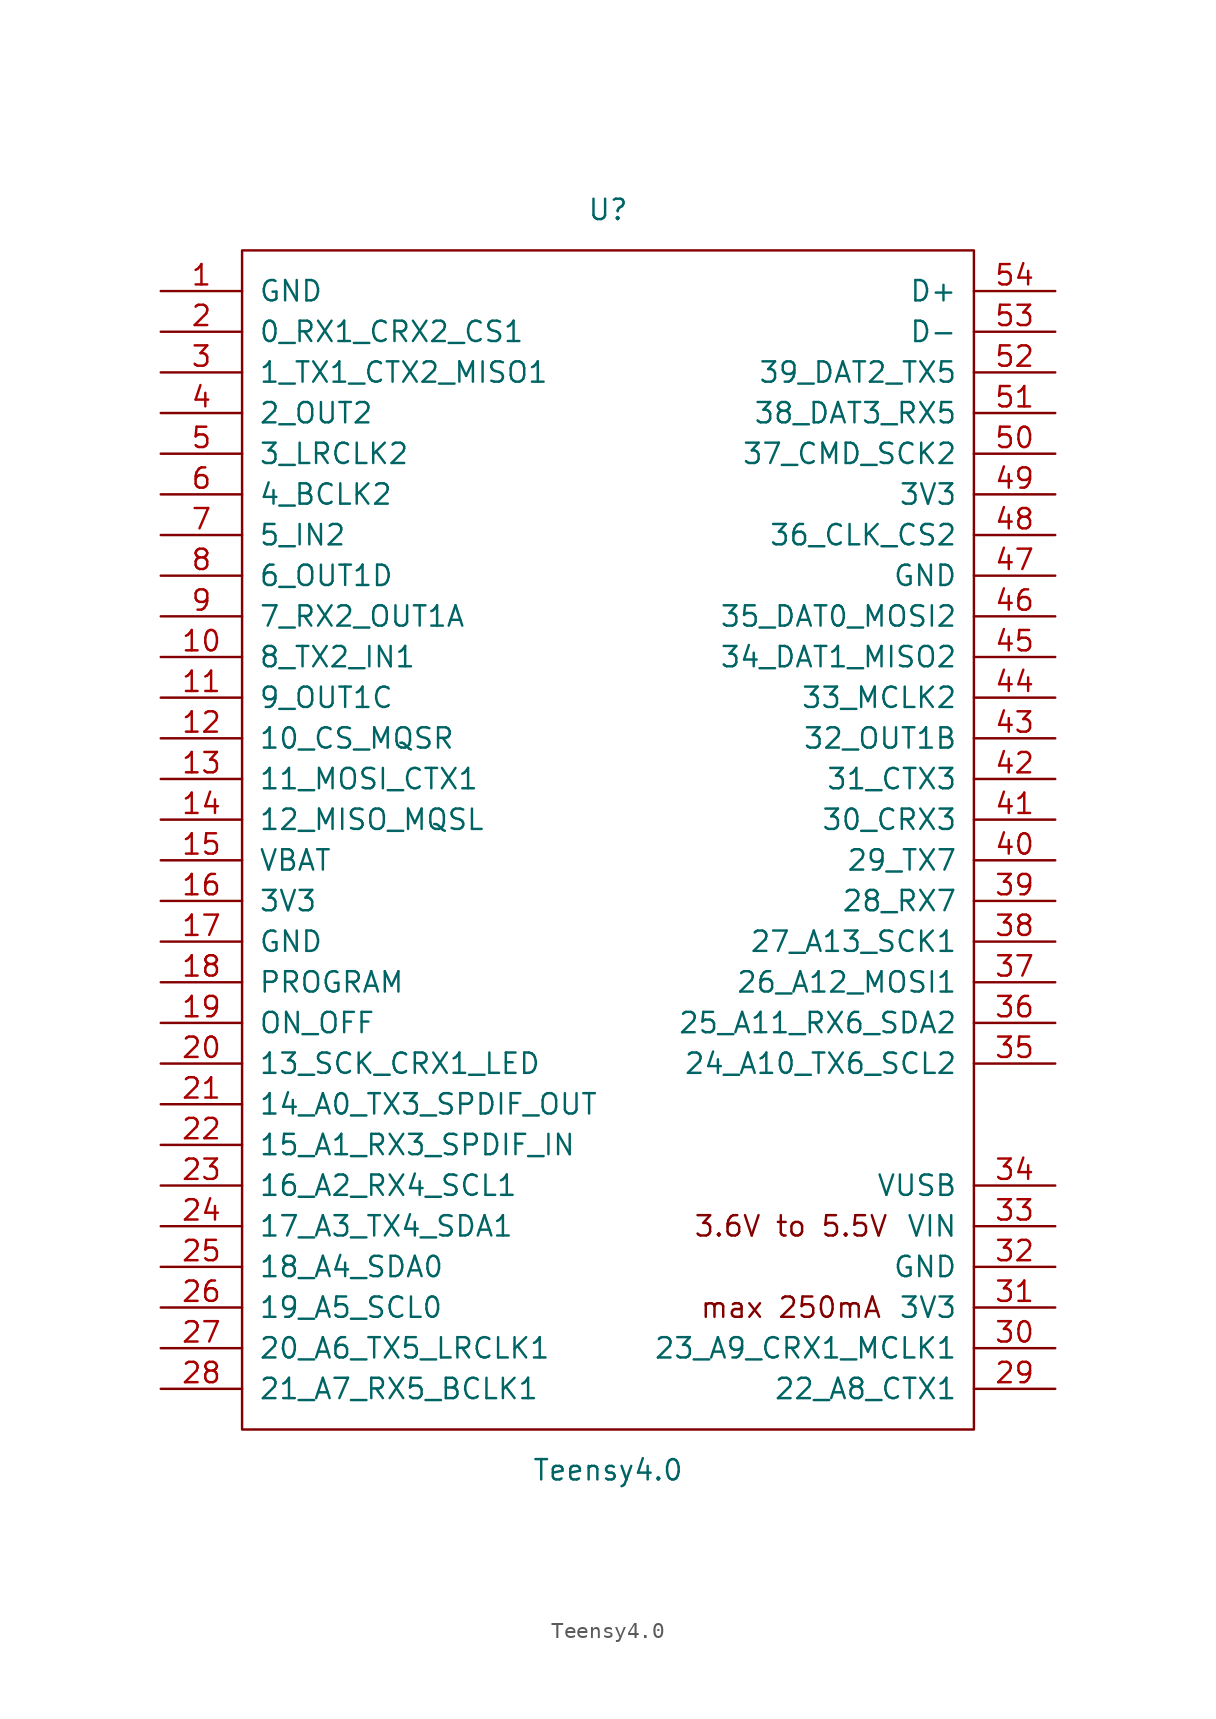
<source format=kicad_sym>
(kicad_symbol_lib
  (version 20241209)
  (generator "kicad_symbol_editor")
  (generator_version "9.0")
  (symbol "Teensy4.0"
    (pin_names
      (offset 1.016))
    (property "Reference" "U"
      (at 0 39.37 0)
      (effects (font (size 1.27 1.27))))
    (property "Value" "Teensy4.0"
      (at 0 -39.37 0)
      (effects (font (size 1.27 1.27))))
    (symbol "Teensy4.0_0_0"
      (text "3.6V to 5.5V" (at 11.43 -24.13 0) (effects (font (size 1.27 1.27))))
      (text "max 250mA" (at 11.43 -29.21 0) (effects (font (size 1.27 1.27))))
      (pin bidirectional line (at -27.94 24.13 0) (length 5.08) (name "3_LRCLK2" (effects (font (size 1.27 1.27)))) (number "5" (effects (font (size 1.27 1.27)))))
      (pin bidirectional line (at -27.94 21.59 0) (length 5.08) (name "4_BCLK2" (effects (font (size 1.27 1.27)))) (number "6" (effects (font (size 1.27 1.27)))))
      (pin bidirectional line (at -27.94 19.05 0) (length 5.08) (name "5_IN2" (effects (font (size 1.27 1.27)))) (number "7" (effects (font (size 1.27 1.27)))))
      (pin bidirectional line (at -27.94 16.51 0) (length 5.08) (name "6_OUT1D" (effects (font (size 1.27 1.27)))) (number "8" (effects (font (size 1.27 1.27)))))
      (pin bidirectional line (at -27.94 13.97 0) (length 5.08) (name "7_RX2_OUT1A" (effects (font (size 1.27 1.27)))) (number "9" (effects (font (size 1.27 1.27)))))
      (pin bidirectional line (at -27.94 11.43 0) (length 5.08) (name "8_TX2_IN1" (effects (font (size 1.27 1.27)))) (number "10" (effects (font (size 1.27 1.27)))))
      (pin bidirectional line (at -27.94 8.89 0) (length 5.08) (name "9_OUT1C" (effects (font (size 1.27 1.27)))) (number "11" (effects (font (size 1.27 1.27)))))
      (pin bidirectional line (at -27.94 6.35 0) (length 5.08) (name "10_CS_MQSR" (effects (font (size 1.27 1.27)))) (number "12" (effects (font (size 1.27 1.27)))))
      (pin bidirectional line (at -27.94 3.81 0) (length 5.08) (name "11_MOSI_CTX1" (effects (font (size 1.27 1.27)))) (number "13" (effects (font (size 1.27 1.27)))))
      (pin bidirectional line (at -27.94 1.27 0) (length 5.08) (name "12_MISO_MQSL" (effects (font (size 1.27 1.27)))) (number "14" (effects (font (size 1.27 1.27)))))
      (pin power_in line (at -27.94 -1.27 0) (length 5.08) (name "VBAT" (effects (font (size 1.27 1.27)))) (number "15" (effects (font (size 1.27 1.27)))))
      (pin power_in line (at -27.94 -3.81 0) (length 5.08) (name "3V3" (effects (font (size 1.27 1.27)))) (number "16" (effects (font (size 1.27 1.27)))))
      (pin power_in line (at -27.94 -6.35 0) (length 5.08) (name "GND" (effects (font (size 1.27 1.27)))) (number "17" (effects (font (size 1.27 1.27)))))
      (pin input line (at -27.94 -8.89 0) (length 5.08) (name "PROGRAM" (effects (font (size 1.27 1.27)))) (number "18" (effects (font (size 1.27 1.27)))))
      (pin input line (at -27.94 -11.43 0) (length 5.08) (name "ON_OFF" (effects (font (size 1.27 1.27)))) (number "19" (effects (font (size 1.27 1.27)))))
      (pin bidirectional line (at -27.94 -13.97 0) (length 5.08) (name "13_SCK_CRX1_LED" (effects (font (size 1.27 1.27)))) (number "20" (effects (font (size 1.27 1.27)))))
      (pin bidirectional line (at -27.94 -16.51 0) (length 5.08) (name "14_A0_TX3_SPDIF_OUT" (effects (font (size 1.27 1.27)))) (number "21" (effects (font (size 1.27 1.27)))))
      (pin bidirectional line (at -27.94 -19.05 0) (length 5.08) (name "15_A1_RX3_SPDIF_IN" (effects (font (size 1.27 1.27)))) (number "22" (effects (font (size 1.27 1.27)))))
      (pin bidirectional line (at -27.94 -21.59 0) (length 5.08) (name "16_A2_RX4_SCL1" (effects (font (size 1.27 1.27)))) (number "23" (effects (font (size 1.27 1.27)))))
      (pin bidirectional line (at -27.94 -24.13 0) (length 5.08) (name "17_A3_TX4_SDA1" (effects (font (size 1.27 1.27)))) (number "24" (effects (font (size 1.27 1.27)))))
      (pin bidirectional line (at -27.94 -26.67 0) (length 5.08) (name "18_A4_SDA0" (effects (font (size 1.27 1.27)))) (number "25" (effects (font (size 1.27 1.27)))))
      (pin bidirectional line (at -27.94 -29.21 0) (length 5.08) (name "19_A5_SCL0" (effects (font (size 1.27 1.27)))) (number "26" (effects (font (size 1.27 1.27)))))
      (pin bidirectional line (at -27.94 -31.75 0) (length 5.08) (name "20_A6_TX5_LRCLK1" (effects (font (size 1.27 1.27)))) (number "27" (effects (font (size 1.27 1.27)))))
      (pin bidirectional line (at -27.94 -34.29 0) (length 5.08) (name "21_A7_RX5_BCLK1" (effects (font (size 1.27 1.27)))) (number "28" (effects (font (size 1.27 1.27)))))
      (pin bidirectional line (at 27.94 34.29 180) (length 5.08) (name "D+" (effects (font (size 1.27 1.27)))) (number "54" (effects (font (size 1.27 1.27)))))
      (pin bidirectional line (at 27.94 31.75 180) (length 5.08) (name "D-" (effects (font (size 1.27 1.27)))) (number "53" (effects (font (size 1.27 1.27)))))
      (pin bidirectional line (at 27.94 29.21 180) (length 5.08) (name "39_DAT2_TX5" (effects (font (size 1.27 1.27)))) (number "52" (effects (font (size 1.27 1.27)))))
      (pin bidirectional line (at 27.94 26.67 180) (length 5.08) (name "38_DAT3_RX5" (effects (font (size 1.27 1.27)))) (number "51" (effects (font (size 1.27 1.27)))))
      (pin bidirectional line (at 27.94 24.13 180) (length 5.08) (name "37_CMD_SCK2" (effects (font (size 1.27 1.27)))) (number "50" (effects (font (size 1.27 1.27)))))
      (pin power_out line (at 27.94 21.59 180) (length 5.08) (name "3V3" (effects (font (size 1.27 1.27)))) (number "49" (effects (font (size 1.27 1.27)))))
      (pin bidirectional line (at 27.94 19.05 180) (length 5.08) (name "36_CLK_CS2" (effects (font (size 1.27 1.27)))) (number "48" (effects (font (size 1.27 1.27)))))
      (pin power_out line (at 27.94 16.51 180) (length 5.08) (name "GND" (effects (font (size 1.27 1.27)))) (number "47" (effects (font (size 1.27 1.27)))))
      (pin bidirectional line (at 27.94 13.97 180) (length 5.08) (name "35_DAT0_MOSI2" (effects (font (size 1.27 1.27)))) (number "46" (effects (font (size 1.27 1.27)))))
      (pin bidirectional line (at 27.94 11.43 180) (length 5.08) (name "34_DAT1_MISO2" (effects (font (size 1.27 1.27)))) (number "45" (effects (font (size 1.27 1.27)))))
      (pin bidirectional line (at 27.94 8.89 180) (length 5.08) (name "33_MCLK2" (effects (font (size 1.27 1.27)))) (number "44" (effects (font (size 1.27 1.27)))))
      (pin bidirectional line (at 27.94 6.35 180) (length 5.08) (name "32_OUT1B" (effects (font (size 1.27 1.27)))) (number "43" (effects (font (size 1.27 1.27)))))
      (pin bidirectional line (at 27.94 3.81 180) (length 5.08) (name "31_CTX3" (effects (font (size 1.27 1.27)))) (number "42" (effects (font (size 1.27 1.27)))))
      (pin bidirectional line (at 27.94 1.27 180) (length 5.08) (name "30_CRX3" (effects (font (size 1.27 1.27)))) (number "41" (effects (font (size 1.27 1.27)))))
      (pin bidirectional line (at 27.94 -1.27 180) (length 5.08) (name "29_TX7" (effects (font (size 1.27 1.27)))) (number "40" (effects (font (size 1.27 1.27)))))
      (pin bidirectional line (at 27.94 -3.81 180) (length 5.08) (name "28_RX7" (effects (font (size 1.27 1.27)))) (number "39" (effects (font (size 1.27 1.27)))))
      (pin bidirectional line (at 27.94 -6.35 180) (length 5.08) (name "27_A13_SCK1" (effects (font (size 1.27 1.27)))) (number "38" (effects (font (size 1.27 1.27)))))
      (pin bidirectional line (at 27.94 -8.89 180) (length 5.08) (name "26_A12_MOSI1" (effects (font (size 1.27 1.27)))) (number "37" (effects (font (size 1.27 1.27)))))
      (pin bidirectional line (at 27.94 -11.43 180) (length 5.08) (name "25_A11_RX6_SDA2" (effects (font (size 1.27 1.27)))) (number "36" (effects (font (size 1.27 1.27)))))
      (pin bidirectional line (at 27.94 -13.97 180) (length 5.08) (name "24_A10_TX6_SCL2" (effects (font (size 1.27 1.27)))) (number "35" (effects (font (size 1.27 1.27)))))
      (pin power_out line (at 27.94 -21.59 180) (length 5.08) (name "VUSB" (effects (font (size 1.27 1.27)))) (number "34" (effects (font (size 1.27 1.27)))))
      (pin power_in line (at 27.94 -24.13 180) (length 5.08) (name "VIN" (effects (font (size 1.27 1.27)))) (number "33" (effects (font (size 1.27 1.27)))))
      (pin power_in line (at 27.94 -26.67 180) (length 5.08) (name "GND" (effects (font (size 1.27 1.27)))) (number "32" (effects (font (size 1.27 1.27)))))
      (pin power_out line (at 27.94 -29.21 180) (length 5.08) (name "3V3" (effects (font (size 1.27 1.27)))) (number "31" (effects (font (size 1.27 1.27)))))
      (pin bidirectional line (at 27.94 -31.75 180) (length 5.08) (name "23_A9_CRX1_MCLK1" (effects (font (size 1.27 1.27)))) (number "30" (effects (font (size 1.27 1.27)))))
      (pin bidirectional line (at 27.94 -34.29 180) (length 5.08) (name "22_A8_CTX1" (effects (font (size 1.27 1.27)))) (number "29" (effects (font (size 1.27 1.27))))))
    (symbol "Teensy4.0_0_1"
      (rectangle (start -22.86 36.83) (end 22.86 -36.83) (stroke (width 0) (type solid)) (fill (type none)))
      (rectangle (start -20.32 -31.75) (end -20.32 -31.75) (stroke (width 0) (type solid)) (fill (type none))))
    (symbol "Teensy4.0_1_1"
      (pin power_in line (at -27.94 34.29 0) (length 5.08) (name "GND" (effects (font (size 1.27 1.27)))) (number "1" (effects (font (size 1.27 1.27)))))
      (pin bidirectional line (at -27.94 31.75 0) (length 5.08) (name "0_RX1_CRX2_CS1" (effects (font (size 1.27 1.27)))) (number "2" (effects (font (size 1.27 1.27)))))
      (pin bidirectional line (at -27.94 29.21 0) (length 5.08) (name "1_TX1_CTX2_MISO1" (effects (font (size 1.27 1.27)))) (number "3" (effects (font (size 1.27 1.27)))))
      (pin bidirectional line (at -27.94 26.67 0) (length 5.08) (name "2_OUT2" (effects (font (size 1.27 1.27)))) (number "4" (effects (font (size 1.27 1.27))))))))
</source>
